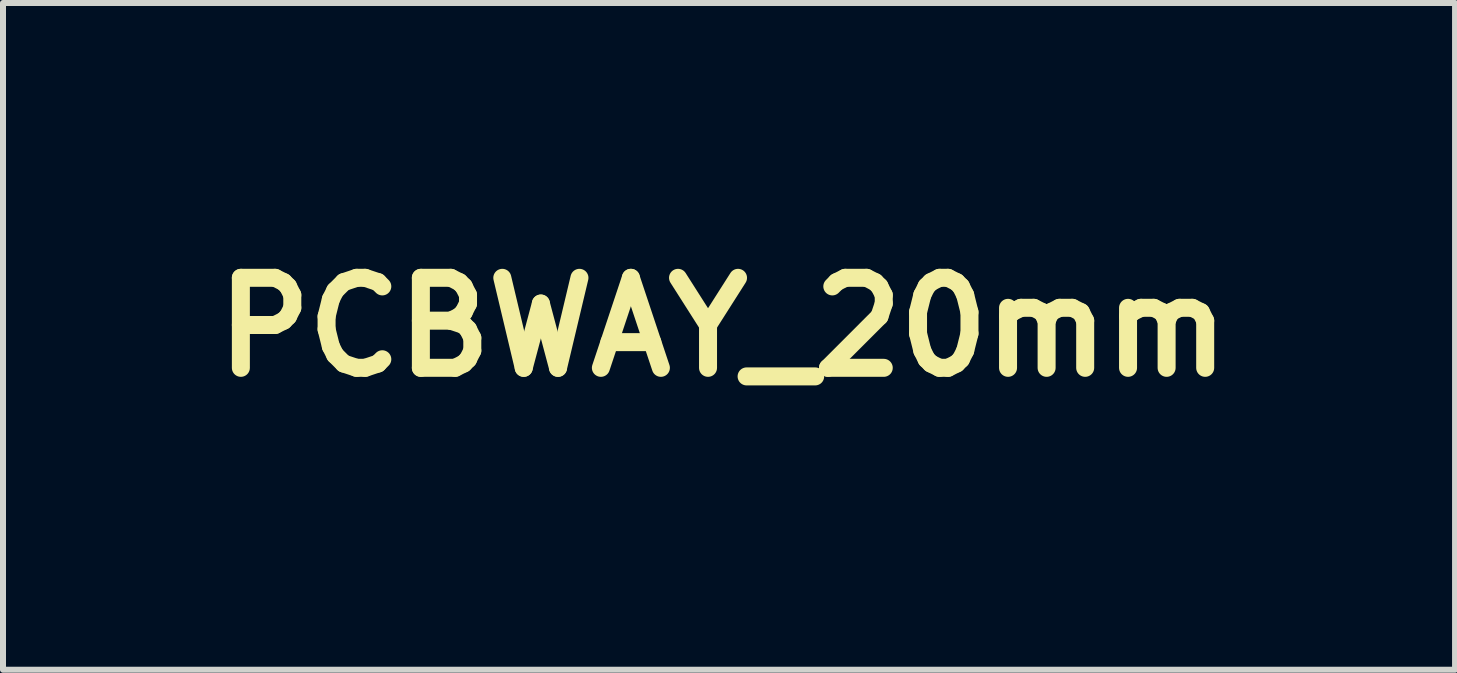
<source format=kicad_pcb>
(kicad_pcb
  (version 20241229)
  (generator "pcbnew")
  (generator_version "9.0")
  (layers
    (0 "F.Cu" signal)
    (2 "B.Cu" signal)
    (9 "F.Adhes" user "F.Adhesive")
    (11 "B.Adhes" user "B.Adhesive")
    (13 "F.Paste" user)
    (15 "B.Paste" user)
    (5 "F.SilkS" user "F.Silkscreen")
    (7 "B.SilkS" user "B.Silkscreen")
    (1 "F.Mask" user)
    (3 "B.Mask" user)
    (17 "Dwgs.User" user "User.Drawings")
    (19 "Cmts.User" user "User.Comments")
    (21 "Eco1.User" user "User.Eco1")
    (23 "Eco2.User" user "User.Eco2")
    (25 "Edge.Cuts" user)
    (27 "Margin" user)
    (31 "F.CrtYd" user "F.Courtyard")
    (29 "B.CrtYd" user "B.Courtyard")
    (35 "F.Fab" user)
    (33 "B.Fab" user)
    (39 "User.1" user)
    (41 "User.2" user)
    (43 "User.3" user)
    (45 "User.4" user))
  (footprint "PCBWAY_20mm"
    (layer "F.Cu")
    (at 9 2.402)
    (property "Reference" "PCBWAY_20mm" (at 0 0 0) (layer "F.SilkS") (effects (font (size 1.5 1.5) (thickness 0.3))))
    (attr board_only exclude_from_pos_files exclude_from_bom)
    (fp_poly (pts (xy -7.758 -2.327) (xy -7.48 -2.323) (xy -7.26 -2.318) (xy -7.09 -2.312) (xy -6.961 -2.305) (xy -6.866 -2.295) (xy -6.796 -2.282) (xy -6.742 -2.266) (xy -6.718 -2.256) (xy -6.53 -2.151) (xy -6.388 -2.017) (xy -6.274 -1.836) (xy -6.27 -1.828) (xy -6.216 -1.713) (xy -6.185 -1.614) (xy -6.17 -1.505) (xy -6.167 -1.358) (xy -6.167 -1.345) (xy -6.188 -1.076) (xy -6.252 -0.853) (xy -6.365 -0.67) (xy -6.529 -0.522) (xy -6.689 -0.428) (xy -6.775 -0.387) (xy -6.848 -0.358) (xy -6.924 -0.337) (xy -7.016 -0.324) (xy -7.138 -0.314) (xy -7.304 -0.307) (xy -7.44 -0.302) (xy -7.971 -0.283) (xy -7.977 0.317) (xy -7.983 0.917) (xy -8.301 0.927) (xy -8.44 0.929) (xy -8.554 0.926) (xy -8.626 0.919) (xy -8.642 0.913) (xy -8.647 0.876) (xy -8.652 0.779) (xy -8.656 0.628) (xy -8.659 0.43) (xy -8.662 0.191) (xy -8.665 -0.081) (xy -8.666 -0.381) (xy -8.667 -0.702) (xy -8.667 -0.725) (xy -8.667 -1.767) (xy -7.967 -1.767) (xy -7.967 -1.312) (xy -7.967 -0.858) (xy -7.592 -0.873) (xy -7.372 -0.887) (xy -7.213 -0.909) (xy -7.106 -0.941) (xy -7.099 -0.944) (xy -6.972 -1.037) (xy -6.893 -1.16) (xy -6.863 -1.299) (xy -6.878 -1.44) (xy -6.939 -1.569) (xy -7.044 -1.673) (xy -7.16 -1.727) (xy -7.251 -1.745) (xy -7.386 -1.758) (xy -7.543 -1.765) (xy -7.629 -1.767) (xy -7.967 -1.767) (xy -8.667 -1.767) (xy -8.667 -2.339)) (stroke (width 0) (type solid)) (fill yes) (layer "F.Mask"))
    (fp_poly (pts (xy -4.253 -2.291) (xy -4.063 -2.271) (xy -3.971 -2.252) (xy -3.662 -2.138) (xy -3.388 -1.973) (xy -3.258 -1.863) (xy -3.083 -1.699) (xy -3.283 -1.516) (xy -3.38 -1.431) (xy -3.458 -1.367) (xy -3.506 -1.335) (xy -3.512 -1.333) (xy -3.552 -1.354) (xy -3.622 -1.405) (xy -3.661 -1.438) (xy -3.761 -1.513) (xy -3.888 -1.59) (xy -3.965 -1.63) (xy -4.154 -1.692) (xy -4.369 -1.721) (xy -4.587 -1.715) (xy -4.783 -1.676) (xy -4.869 -1.642) (xy -5.027 -1.542) (xy -5.175 -1.41) (xy -5.298 -1.263) (xy -5.377 -1.119) (xy -5.382 -1.106) (xy -5.419 -0.934) (xy -5.431 -0.731) (xy -5.418 -0.528) (xy -5.382 -0.36) (xy -5.279 -0.155) (xy -5.13 0.011) (xy -4.945 0.138) (xy -4.733 0.221) (xy -4.504 0.261) (xy -4.269 0.253) (xy -4.036 0.196) (xy -3.817 0.088) (xy -3.717 0.016) (xy -3.623 -0.058) (xy -3.549 -0.111) (xy -3.509 -0.133) (xy -3.508 -0.133) (xy -3.473 -0.111) (xy -3.406 -0.053) (xy -3.319 0.031) (xy -3.299 0.051) (xy -3.209 0.145) (xy -3.159 0.216) (xy -3.152 0.277) (xy -3.192 0.339) (xy -3.279 0.418) (xy -3.392 0.505) (xy -3.575 0.631) (xy -3.751 0.72) (xy -3.939 0.777) (xy -4.158 0.809) (xy -4.367 0.821) (xy -4.623 0.821) (xy -4.816 0.805) (xy -4.91 0.785) (xy -5.206 0.669) (xy -5.466 0.501) (xy -5.685 0.29) (xy -5.857 0.042) (xy -5.974 -0.236) (xy -6 -0.337) (xy -6.03 -0.571) (xy -6.028 -0.833) (xy -5.996 -1.094) (xy -5.936 -1.328) (xy -5.916 -1.382) (xy -5.787 -1.614) (xy -5.606 -1.827) (xy -5.383 -2.012) (xy -5.132 -2.159) (xy -4.865 -2.256) (xy -4.833 -2.264) (xy -4.666 -2.288) (xy -4.463 -2.297)) (stroke (width 0) (type solid)) (fill yes) (layer "F.Mask"))
    (fp_poly (pts (xy 5.379 -1.634) (xy 5.654 -1.593) (xy 5.872 -1.531) (xy 6.042 -1.445) (xy 6.172 -1.329) (xy 6.27 -1.18) (xy 6.273 -1.172) (xy 6.295 -1.125) (xy 6.313 -1.079) (xy 6.326 -1.024) (xy 6.336 -0.954) (xy 6.342 -0.859) (xy 6.347 -0.732) (xy 6.349 -0.563) (xy 6.35 -0.345) (xy 6.35 -0.069) (xy 6.35 -0.05) (xy 6.35 0.917) (xy 5.958 0.926) (xy 5.567 0.935) (xy 5.567 0.818) (xy 5.562 0.74) (xy 5.55 0.701) (xy 5.548 0.7) (xy 5.512 0.718) (xy 5.445 0.764) (xy 5.421 0.782) (xy 5.268 0.88) (xy 5.107 0.938) (xy 4.917 0.964) (xy 4.809 0.966) (xy 4.649 0.96) (xy 4.529 0.94) (xy 4.425 0.902) (xy 4.404 0.891) (xy 4.237 0.771) (xy 4.113 0.611) (xy 4.033 0.423) (xy 4.001 0.22) (xy 4.01 0.105) (xy 4.807 0.105) (xy 4.813 0.206) (xy 4.863 0.314) (xy 4.958 0.386) (xy 5.086 0.421) (xy 5.233 0.416) (xy 5.385 0.368) (xy 5.454 0.331) (xy 5.511 0.293) (xy 5.545 0.255) (xy 5.561 0.199) (xy 5.566 0.107) (xy 5.567 0.01) (xy 5.567 -0.241) (xy 5.342 -0.218) (xy 5.117 -0.178) (xy 4.953 -0.111) (xy 4.85 -0.017) (xy 4.807 0.105) (xy 4.01 0.105) (xy 4.017 0.014) (xy 4.084 -0.181) (xy 4.194 -0.34) (xy 4.315 -0.449) (xy 4.47 -0.537) (xy 4.666 -0.607) (xy 4.91 -0.662) (xy 5.21 -0.705) (xy 5.325 -0.717) (xy 5.442 -0.732) (xy 5.528 -0.752) (xy 5.566 -0.771) (xy 5.567 -0.773) (xy 5.54 -0.855) (xy 5.475 -0.943) (xy 5.391 -1.013) (xy 5.345 -1.035) (xy 5.165 -1.069) (xy 4.949 -1.07) (xy 4.718 -1.039) (xy 4.524 -0.987) (xy 4.4 -0.947) (xy 4.3 -0.916) (xy 4.24 -0.901) (xy 4.233 -0.9) (xy 4.218 -0.931) (xy 4.207 -1.017) (xy 4.201 -1.147) (xy 4.2 -1.214) (xy 4.2 -1.529) (xy 4.375 -1.564) (xy 4.747 -1.626) (xy 5.082 -1.648)) (stroke (width 0) (type solid)) (fill yes) (layer "F.Mask"))
    (fp_poly (pts (xy -2.101 -2.368) (xy -1.814 -2.366) (xy -1.584 -2.362) (xy -1.405 -2.355) (xy -1.268 -2.346) (xy -1.164 -2.333) (xy -1.087 -2.316) (xy -1.079 -2.314) (xy -0.864 -2.224) (xy -0.704 -2.096) (xy -0.596 -1.927) (xy -0.543 -1.719) (xy -0.536 -1.613) (xy -0.557 -1.407) (xy -0.622 -1.22) (xy -0.723 -1.068) (xy -0.849 -0.967) (xy -0.916 -0.92) (xy -0.929 -0.883) (xy -0.886 -0.867) (xy -0.878 -0.867) (xy -0.821 -0.849) (xy -0.732 -0.805) (xy -0.657 -0.76) (xy -0.54 -0.673) (xy -0.459 -0.575) (xy -0.406 -0.455) (xy -0.378 -0.297) (xy -0.368 -0.09) (xy -0.367 -0.048) (xy -0.368 0.108) (xy -0.375 0.216) (xy -0.39 0.295) (xy -0.418 0.362) (xy -0.462 0.437) (xy -0.465 0.442) (xy -0.59 0.595) (xy -0.759 0.722) (xy -0.983 0.832) (xy -1.004 0.841) (xy -1.063 0.863) (xy -1.125 0.88) (xy -1.199 0.893) (xy -1.294 0.903) (xy -1.419 0.91) (xy -1.583 0.916) (xy -1.795 0.921) (xy -2.064 0.926) (xy -2.075 0.926) (xy -2.967 0.94) (xy -2.96 -0.5) (xy -2.133 -0.5) (xy -2.133 -0.096) (xy -2.133 0.308) (xy -1.808 0.294) (xy -1.594 0.277) (xy -1.443 0.249) (xy -1.376 0.223) (xy -1.27 0.144) (xy -1.212 0.04) (xy -1.195 -0.107) (xy -1.195 -0.127) (xy -1.216 -0.262) (xy -1.276 -0.363) (xy -1.381 -0.434) (xy -1.537 -0.478) (xy -1.748 -0.498) (xy -1.858 -0.5) (xy -2.133 -0.5) (xy -2.96 -0.5) (xy -2.959 -0.715) (xy -2.956 -1.279) (xy -2.13 -1.279) (xy -2.129 -1.184) (xy -2.12 -1.131) (xy -2.101 -1.105) (xy -2.069 -1.096) (xy -2.06 -1.094) (xy -1.964 -1.089) (xy -1.835 -1.093) (xy -1.703 -1.104) (xy -1.609 -1.118) (xy -1.506 -1.171) (xy -1.434 -1.266) (xy -1.399 -1.385) (xy -1.404 -1.509) (xy -1.455 -1.621) (xy -1.479 -1.649) (xy -1.586 -1.715) (xy -1.74 -1.755) (xy -1.926 -1.764) (xy -1.983 -1.761) (xy -2.117 -1.75) (xy -2.126 -1.427) (xy -2.13 -1.279) (xy -2.956 -1.279) (xy -2.95 -2.371)) (stroke (width 0) (type solid)) (fill yes) (layer "F.Mask"))
    (fp_poly (pts (xy 2.466 -1.959) (xy 2.515 -1.753) (xy 2.572 -1.511) (xy 2.631 -1.262) (xy 2.684 -1.035) (xy 2.689 -1.017) (xy 2.746 -0.774) (xy 2.79 -0.588) (xy 2.823 -0.453) (xy 2.847 -0.361) (xy 2.863 -0.305) (xy 2.873 -0.277) (xy 2.88 -0.27) (xy 2.882 -0.272) (xy 2.891 -0.306) (xy 2.913 -0.397) (xy 2.945 -0.536) (xy 2.985 -0.714) (xy 3.031 -0.923) (xy 3.08 -1.15) (xy 3.133 -1.392) (xy 3.183 -1.623) (xy 3.228 -1.83) (xy 3.266 -2.004) (xy 3.295 -2.134) (xy 3.31 -2.2) (xy 3.351 -2.383) (xy 3.748 -2.393) (xy 3.905 -2.394) (xy 4.038 -2.391) (xy 4.132 -2.383) (xy 4.174 -2.373) (xy 4.18 -2.327) (xy 4.168 -2.234) (xy 4.14 -2.108) (xy 4.137 -2.097) (xy 4.114 -2.009) (xy 4.077 -1.865) (xy 4.028 -1.674) (xy 3.969 -1.445) (xy 3.903 -1.187) (xy 3.832 -0.908) (xy 3.759 -0.617) (xy 3.75 -0.583) (xy 3.678 -0.298) (xy 3.61 -0.029) (xy 3.547 0.216) (xy 3.493 0.43) (xy 3.449 0.604) (xy 3.417 0.73) (xy 3.398 0.802) (xy 3.397 0.808) (xy 3.364 0.933) (xy 2.915 0.933) (xy 2.734 0.933) (xy 2.608 0.93) (xy 2.527 0.924) (xy 2.479 0.911) (xy 2.452 0.892) (xy 2.436 0.863) (xy 2.434 0.858) (xy 2.417 0.805) (xy 2.386 0.698) (xy 2.345 0.546) (xy 2.296 0.361) (xy 2.241 0.153) (xy 2.215 0.05) (xy 2.157 -0.174) (xy 2.102 -0.387) (xy 2.052 -0.578) (xy 2.011 -0.733) (xy 1.981 -0.841) (xy 1.974 -0.867) (xy 1.959 -0.922) (xy 1.948 -0.966) (xy 1.937 -0.995) (xy 1.926 -1.003) (xy 1.911 -0.985) (xy 1.892 -0.934) (xy 1.866 -0.847) (xy 1.831 -0.718) (xy 1.786 -0.54) (xy 1.728 -0.31) (xy 1.655 -0.022) (xy 1.641 0.033) (xy 1.417 0.917) (xy 0.958 0.926) (xy 0.763 0.928) (xy 0.626 0.926) (xy 0.54 0.918) (xy 0.495 0.904) (xy 0.485 0.893) (xy 0.472 0.847) (xy 0.447 0.749) (xy 0.411 0.609) (xy 0.369 0.44) (xy 0.334 0.3) (xy 0.289 0.123) (xy 0.232 -0.104) (xy 0.165 -0.368) (xy 0.093 -0.653) (xy 0.018 -0.947) (xy -0.056 -1.236) (xy -0.069 -1.286) (xy -0.133 -1.54) (xy -0.192 -1.773) (xy -0.243 -1.978) (xy -0.285 -2.148) (xy -0.314 -2.273) (xy -0.331 -2.346) (xy -0.333 -2.361) (xy -0.31 -2.379) (xy -0.235 -2.391) (xy -0.104 -2.398) (xy 0.088 -2.4) (xy 0.099 -2.4) (xy 0.276 -2.4) (xy 0.397 -2.397) (xy 0.474 -2.39) (xy 0.518 -2.378) (xy 0.539 -2.357) (xy 0.549 -2.327) (xy 0.55 -2.325) (xy 0.561 -2.274) (xy 0.583 -2.167) (xy 0.615 -2.012) (xy 0.655 -1.818) (xy 0.701 -1.594) (xy 0.752 -1.349) (xy 0.768 -1.268) (xy 0.819 -1.022) (xy 0.865 -0.798) (xy 0.906 -0.603) (xy 0.94 -0.447) (xy 0.964 -0.337) (xy 0.978 -0.281) (xy 0.98 -0.276) (xy 0.99 -0.304) (xy 1.015 -0.389) (xy 1.051 -0.525) (xy 1.098 -0.703) (xy 1.153 -0.915) (xy 1.214 -1.155) (xy 1.256 -1.324) (xy 1.521 -2.383) (xy 1.941 -2.393) (xy 2.361 -2.402)) (stroke (width 0) (type solid)) (fill yes) (layer "F.Mask"))
    (fp_poly (pts (xy 6.725 -1.574) (xy 6.911 -1.57) (xy 7.038 -1.561) (xy 7.113 -1.546) (xy 7.142 -1.527) (xy 7.158 -1.486) (xy 7.191 -1.393) (xy 7.238 -1.26) (xy 7.294 -1.098) (xy 7.355 -0.917) (xy 7.419 -0.73) (xy 7.481 -0.546) (xy 7.537 -0.378) (xy 7.583 -0.236) (xy 7.617 -0.131) (xy 7.634 -0.075) (xy 7.635 -0.07) (xy 7.645 -0.093) (xy 7.672 -0.172) (xy 7.714 -0.3) (xy 7.769 -0.47) (xy 7.834 -0.673) (xy 7.907 -0.902) (xy 7.985 -1.151) (xy 8.024 -1.275) (xy 8.115 -1.567) (xy 8.524 -1.567) (xy 8.681 -1.565) (xy 8.809 -1.562) (xy 8.898 -1.557) (xy 8.933 -1.55) (xy 8.933 -1.55) (xy 8.922 -1.513) (xy 8.892 -1.429) (xy 8.848 -1.312) (xy 8.821 -1.241) (xy 8.749 -1.053) (xy 8.667 -0.835) (xy 8.577 -0.594) (xy 8.481 -0.338) (xy 8.384 -0.073) (xy 8.286 0.191) (xy 8.192 0.449) (xy 8.103 0.692) (xy 8.023 0.914) (xy 7.953 1.107) (xy 7.898 1.263) (xy 7.859 1.375) (xy 7.839 1.437) (xy 7.837 1.446) (xy 7.873 1.452) (xy 7.964 1.465) (xy 8.102 1.483) (xy 8.276 1.504) (xy 8.475 1.528) (xy 8.525 1.534) (xy 8.728 1.559) (xy 8.907 1.583) (xy 9.052 1.606) (xy 9.152 1.625) (xy 9.198 1.638) (xy 9.2 1.641) (xy 9.188 1.667) (xy 9.147 1.684) (xy 9.07 1.693) (xy 8.95 1.694) (xy 8.779 1.687) (xy 8.551 1.672) (xy 8.503 1.669) (xy 8.307 1.655) (xy 8.128 1.642) (xy 7.981 1.632) (xy 7.878 1.625) (xy 7.835 1.622) (xy 7.773 1.632) (xy 7.735 1.684) (xy 7.722 1.725) (xy 7.69 1.833) (xy 7.262 1.833) (xy 7.102 1.832) (xy 6.969 1.829) (xy 6.875 1.823) (xy 6.834 1.817) (xy 6.833 1.816) (xy 6.845 1.776) (xy 6.874 1.701) (xy 6.884 1.677) (xy 6.914 1.598) (xy 6.926 1.551) (xy 6.925 1.547) (xy 6.886 1.538) (xy 6.788 1.525) (xy 6.64 1.509) (xy 6.45 1.491) (xy 6.226 1.472) (xy 5.976 1.452) (xy 5.708 1.432) (xy 5.467 1.416) (xy 4.571 1.371) (xy 3.62 1.351) (xy 2.619 1.357) (xy 1.576 1.386) (xy 0.495 1.441) (xy -0.616 1.519) (xy -1.751 1.621) (xy -2.904 1.747) (xy -3.083 1.768) (xy -3.697 1.845) (xy -4.284 1.923) (xy -4.859 2.004) (xy -5.439 2.092) (xy -6.04 2.189) (xy -6.676 2.296) (xy -7.267 2.399) (xy -7.631 2.464) (xy -7.961 2.524) (xy -8.251 2.577) (xy -8.495 2.623) (xy -8.687 2.659) (xy -8.822 2.687) (xy -8.861 2.695) (xy -8.96 2.71) (xy -8.999 2.697) (xy -9 2.692) (xy -8.994 2.643) (xy -8.979 2.55) (xy -8.961 2.445) (xy -8.934 2.323) (xy -8.906 2.253) (xy -8.869 2.221) (xy -8.852 2.216) (xy -8.734 2.191) (xy -8.559 2.158) (xy -8.336 2.119) (xy -8.072 2.074) (xy -7.777 2.025) (xy -7.46 1.973) (xy -7.129 1.92) (xy -6.794 1.867) (xy -6.462 1.816) (xy -6.142 1.768) (xy -5.843 1.724) (xy -5.575 1.686) (xy -5.433 1.667) (xy -4.115 1.504) (xy -2.843 1.372) (xy -1.603 1.27) (xy -0.384 1.199) (xy 0.83 1.155) (xy 2.049 1.14) (xy 2.711 1.143) (xy 3.237 1.15) (xy 3.707 1.158) (xy 4.134 1.168) (xy 4.527 1.182) (xy 4.898 1.198) (xy 5.26 1.219) (xy 5.622 1.243) (xy 5.996 1.273) (xy 6.393 1.308) (xy 6.467 1.314) (xy 6.645 1.329) (xy 6.8 1.34) (xy 6.918 1.344) (xy 6.989 1.343) (xy 7.004 1.339) (xy 7.025 1.299) (xy 7.062 1.214) (xy 7.107 1.1) (xy 7.114 1.082) (xy 7.205 0.848) (xy 6.954 0.182) (xy 6.863 -0.061) (xy 6.762 -0.327) (xy 6.662 -0.593) (xy 6.569 -0.836) (xy 6.502 -1.014) (xy 6.436 -1.189) (xy 6.381 -1.341) (xy 6.341 -1.461) (xy 6.319 -1.538) (xy 6.317 -1.561) (xy 6.355 -1.568) (xy 6.446 -1.572) (xy 6.576 -1.575)) (stroke (width 0) (type solid)) (fill yes) (layer "F.Mask")))
  (gr_rect
    (start -3 -3)
    (end 21.2 8.112)
    (stroke (width 0.1) (type default))
    (fill no)
    (layer "Edge.Cuts")))
</source>
